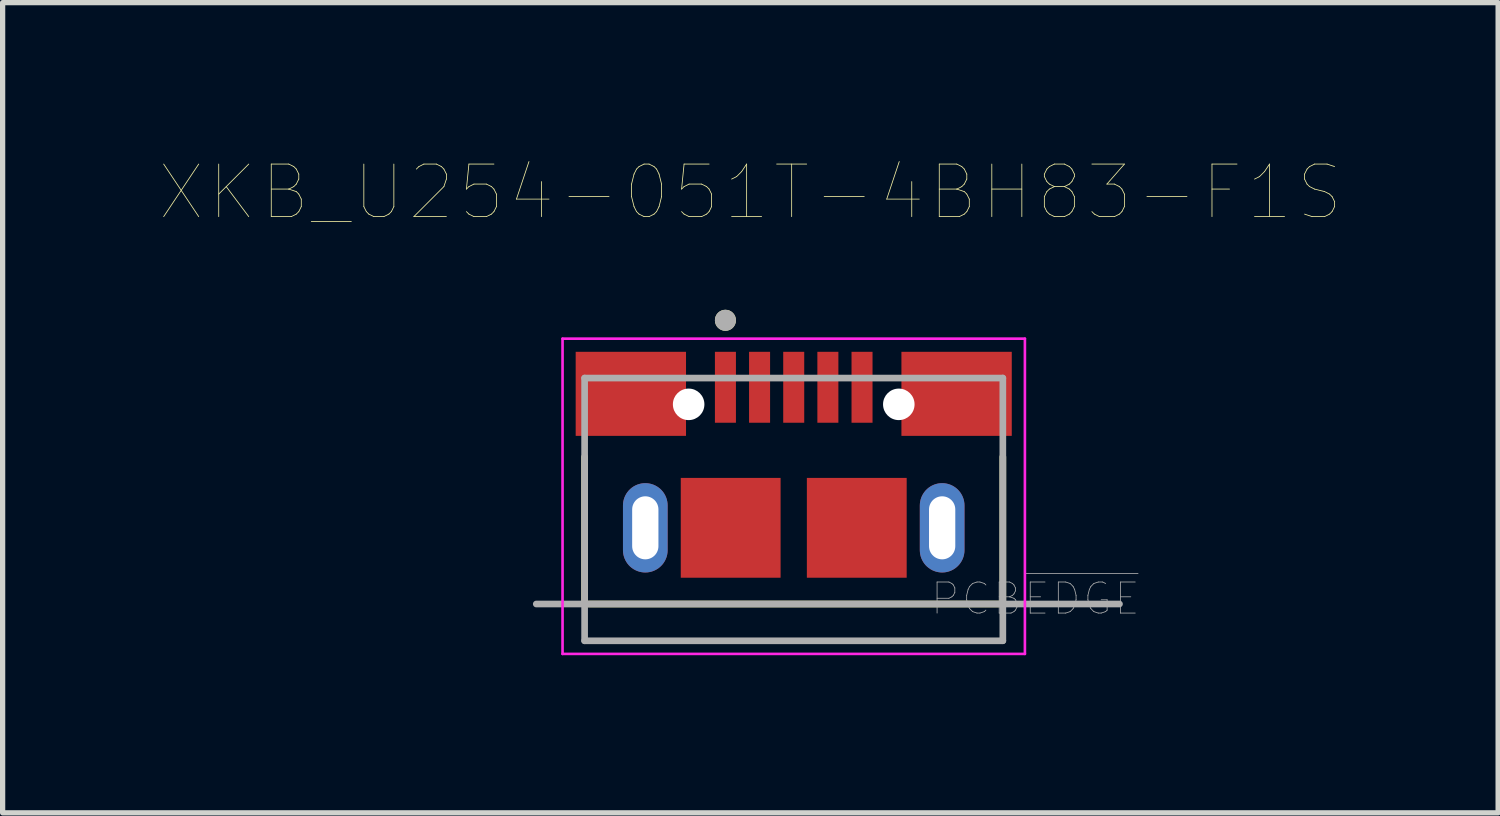
<source format=kicad_pcb>
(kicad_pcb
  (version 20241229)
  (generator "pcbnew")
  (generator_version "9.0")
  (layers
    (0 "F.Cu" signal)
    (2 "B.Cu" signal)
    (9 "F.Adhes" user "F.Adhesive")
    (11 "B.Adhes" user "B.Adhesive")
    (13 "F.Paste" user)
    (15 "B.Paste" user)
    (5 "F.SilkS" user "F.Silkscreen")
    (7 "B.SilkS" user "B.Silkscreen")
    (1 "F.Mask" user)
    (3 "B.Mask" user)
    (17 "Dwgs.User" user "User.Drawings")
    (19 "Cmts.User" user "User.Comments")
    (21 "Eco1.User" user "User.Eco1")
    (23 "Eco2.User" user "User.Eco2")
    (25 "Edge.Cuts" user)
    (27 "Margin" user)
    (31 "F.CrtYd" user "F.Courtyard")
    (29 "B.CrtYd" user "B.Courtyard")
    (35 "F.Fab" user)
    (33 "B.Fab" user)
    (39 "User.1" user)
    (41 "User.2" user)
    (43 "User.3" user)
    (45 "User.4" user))
  (footprint "XKB_U254-051T-4BH83-F1S"
    (layer "F.Cu")
    (at 12.057 6.996)
    (property "Reference" "XKB_U254-051T-4BH83-F1S" (at -0.825 -6.385 0) (layer "F.SilkS") (effects (font (size 1 1) (thickness 0.015))))
    (attr through_hole)
    (fp_line (start -3.98 -1.35) (end -3.98 1.45) (stroke (width 0.127) (type solid)) (layer "F.SilkS"))
    (fp_line (start -3.9 1.45) (end 3.9 1.45) (stroke (width 0.127) (type solid)) (layer "F.SilkS"))
    (fp_line (start 3.98 -1.35) (end 3.98 1.45) (stroke (width 0.127) (type solid)) (layer "F.SilkS"))
    (fp_circle (center -1.3 -3.95) (end -1.2 -3.95) (stroke (width 0.2) (type solid)) (fill no) (layer "F.SilkS"))
    (fp_line (start -4.4 -3.6) (end 4.4 -3.6) (stroke (width 0.05) (type solid)) (layer "F.CrtYd"))
    (fp_line (start -4.4 2.4) (end -4.4 -3.6) (stroke (width 0.05) (type solid)) (layer "F.CrtYd"))
    (fp_line (start -4.4 2.4) (end 4.4 2.4) (stroke (width 0.05) (type solid)) (layer "F.CrtYd"))
    (fp_line (start 4.4 2.4) (end 4.4 -3.6) (stroke (width 0.05) (type solid)) (layer "F.CrtYd"))
    (fp_line (start -4.9 1.45) (end 6.2 1.45) (stroke (width 0.127) (type solid)) (layer "F.Fab"))
    (fp_line (start -3.98 -2.85) (end 3.98 -2.85) (stroke (width 0.127) (type solid)) (layer "F.Fab"))
    (fp_line (start -3.98 2.15) (end -3.98 -2.85) (stroke (width 0.127) (type solid)) (layer "F.Fab"))
    (fp_line (start -3.98 2.15) (end 3.98 2.15) (stroke (width 0.127) (type solid)) (layer "F.Fab"))
    (fp_line (start 3.98 2.15) (end 3.98 -2.85) (stroke (width 0.127) (type solid)) (layer "F.Fab"))
    (fp_circle (center -1.3 -3.95) (end -1.2 -3.95) (stroke (width 0.2) (type solid)) (fill no) (layer "F.Fab"))
    (fp_text user "PCB~{EDGE}" (at 4.6 1.35 0) (layer "F.Fab") (effects (font (size 0.591 0.591) (thickness 0.015))))
    (pad "" np_thru_hole circle (at -2 -2.35) (size 0.6 0.6) (drill 0.6) (layers "*.Cu" "*.Mask"))
    (pad "" np_thru_hole circle (at 2 -2.35) (size 0.6 0.6) (drill 0.6) (layers "*.Cu" "*.Mask"))
    (pad "1" smd rect (at -1.3 -2.675) (size 0.4 1.35) (layers "F.Cu" "F.Mask" "F.Paste"))
    (pad "2" smd rect (at -0.65 -2.675) (size 0.4 1.35) (layers "F.Cu" "F.Mask" "F.Paste"))
    (pad "3" smd rect (at 0 -2.675) (size 0.4 1.35) (layers "F.Cu" "F.Mask" "F.Paste"))
    (pad "4" smd rect (at 0.65 -2.675) (size 0.4 1.35) (layers "F.Cu" "F.Mask" "F.Paste"))
    (pad "5" smd rect (at 1.3 -2.675) (size 0.4 1.35) (layers "F.Cu" "F.Mask" "F.Paste"))
    (pad "S1" smd rect (at -3.1 -2.55) (size 2.1 1.6) (layers "F.Cu" "F.Mask" "F.Paste"))
    (pad "S2" smd rect (at 3.1 -2.55) (size 2.1 1.6) (layers "F.Cu" "F.Mask" "F.Paste"))
    (pad "S3" smd rect (at -1.2 0) (size 1.9 1.9) (layers "F.Cu" "F.Mask" "F.Paste"))
    (pad "S4" smd rect (at 1.2 0) (size 1.9 1.9) (layers "F.Cu" "F.Mask" "F.Paste"))
    (pad "S5" thru_hole oval (at -2.825 0) (size 0.85 1.7) (drill oval 0.5 1.2) (layers "*.Cu" "*.Mask"))
    (pad "S6" thru_hole oval (at 2.825 0) (size 0.85 1.7) (drill oval 0.5 1.2) (layers "*.Cu" "*.Mask")))
  (gr_rect
    (start -3 -3)
    (end 25.464 12.421)
    (stroke (width 0.1) (type default))
    (fill no)
    (layer "Edge.Cuts")))
</source>
